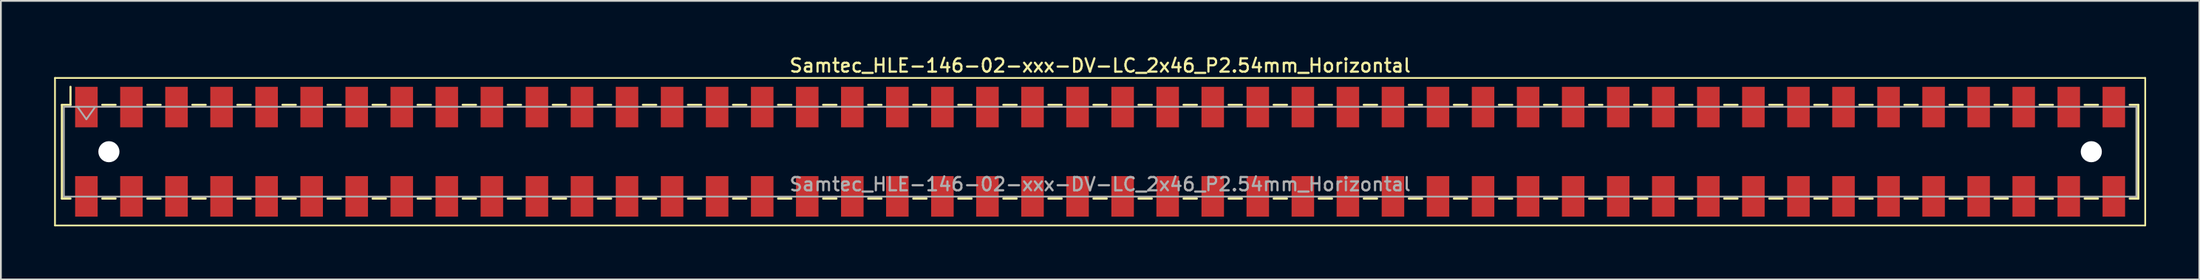
<source format=kicad_pcb>
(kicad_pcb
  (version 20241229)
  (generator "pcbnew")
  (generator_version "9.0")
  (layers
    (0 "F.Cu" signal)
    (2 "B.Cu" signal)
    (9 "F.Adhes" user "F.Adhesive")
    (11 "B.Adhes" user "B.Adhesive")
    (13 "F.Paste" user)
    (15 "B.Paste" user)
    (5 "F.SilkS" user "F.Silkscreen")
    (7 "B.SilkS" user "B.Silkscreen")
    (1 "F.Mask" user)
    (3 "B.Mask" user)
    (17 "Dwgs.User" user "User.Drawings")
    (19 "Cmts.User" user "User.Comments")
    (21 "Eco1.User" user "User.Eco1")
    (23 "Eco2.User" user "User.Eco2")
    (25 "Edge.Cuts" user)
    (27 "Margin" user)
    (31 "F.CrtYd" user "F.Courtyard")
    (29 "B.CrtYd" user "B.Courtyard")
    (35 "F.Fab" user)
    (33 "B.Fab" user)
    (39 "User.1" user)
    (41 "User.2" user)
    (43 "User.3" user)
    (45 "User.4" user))
  (footprint "Samtec_HLE-146-02-xxx-DV-LC_2x46_P2.54mm_Horizontal"
    (layer "F.Cu")
    (at 58.97 5.528)
    (property "Reference" "Samtec_HLE-146-02-xxx-DV-LC_2x46_P2.54mm_Horizontal" (at 0 -4.87 0) (layer "F.SilkS") (effects (font (size 0.75 0.75) (thickness 0.125))))
    (attr smd)
    (fp_line (start -58.92 -4.17) (end 58.92 -4.17) (stroke (width 0.1) (type solid)) (layer "F.SilkS"))
    (fp_line (start -58.92 4.17) (end -58.92 -4.17) (stroke (width 0.1) (type solid)) (layer "F.SilkS"))
    (fp_line (start -58.53 -2.65) (end -58.53 2.65) (stroke (width 0.12) (type solid)) (layer "F.SilkS"))
    (fp_line (start -58.53 2.65) (end -58.045 2.65) (stroke (width 0.12) (type solid)) (layer "F.SilkS"))
    (fp_line (start -58.045 -3.67) (end -58.045 -2.65) (stroke (width 0.12) (type solid)) (layer "F.SilkS"))
    (fp_line (start -58.045 -2.65) (end -58.53 -2.65) (stroke (width 0.12) (type solid)) (layer "F.SilkS"))
    (fp_line (start -56.255 -2.65) (end -55.505 -2.65) (stroke (width 0.12) (type solid)) (layer "F.SilkS"))
    (fp_line (start -56.255 2.65) (end -55.505 2.65) (stroke (width 0.12) (type solid)) (layer "F.SilkS"))
    (fp_line (start -53.715 -2.65) (end -52.965 -2.65) (stroke (width 0.12) (type solid)) (layer "F.SilkS"))
    (fp_line (start -53.715 2.65) (end -52.965 2.65) (stroke (width 0.12) (type solid)) (layer "F.SilkS"))
    (fp_line (start -51.175 -2.65) (end -50.425 -2.65) (stroke (width 0.12) (type solid)) (layer "F.SilkS"))
    (fp_line (start -51.175 2.65) (end -50.425 2.65) (stroke (width 0.12) (type solid)) (layer "F.SilkS"))
    (fp_line (start -48.635 -2.65) (end -47.885 -2.65) (stroke (width 0.12) (type solid)) (layer "F.SilkS"))
    (fp_line (start -48.635 2.65) (end -47.885 2.65) (stroke (width 0.12) (type solid)) (layer "F.SilkS"))
    (fp_line (start -46.095 -2.65) (end -45.345 -2.65) (stroke (width 0.12) (type solid)) (layer "F.SilkS"))
    (fp_line (start -46.095 2.65) (end -45.345 2.65) (stroke (width 0.12) (type solid)) (layer "F.SilkS"))
    (fp_line (start -43.555 -2.65) (end -42.805 -2.65) (stroke (width 0.12) (type solid)) (layer "F.SilkS"))
    (fp_line (start -43.555 2.65) (end -42.805 2.65) (stroke (width 0.12) (type solid)) (layer "F.SilkS"))
    (fp_line (start -41.015 -2.65) (end -40.265 -2.65) (stroke (width 0.12) (type solid)) (layer "F.SilkS"))
    (fp_line (start -41.015 2.65) (end -40.265 2.65) (stroke (width 0.12) (type solid)) (layer "F.SilkS"))
    (fp_line (start -38.475 -2.65) (end -37.725 -2.65) (stroke (width 0.12) (type solid)) (layer "F.SilkS"))
    (fp_line (start -38.475 2.65) (end -37.725 2.65) (stroke (width 0.12) (type solid)) (layer "F.SilkS"))
    (fp_line (start -35.935 -2.65) (end -35.185 -2.65) (stroke (width 0.12) (type solid)) (layer "F.SilkS"))
    (fp_line (start -35.935 2.65) (end -35.185 2.65) (stroke (width 0.12) (type solid)) (layer "F.SilkS"))
    (fp_line (start -33.395 -2.65) (end -32.645 -2.65) (stroke (width 0.12) (type solid)) (layer "F.SilkS"))
    (fp_line (start -33.395 2.65) (end -32.645 2.65) (stroke (width 0.12) (type solid)) (layer "F.SilkS"))
    (fp_line (start -30.855 -2.65) (end -30.105 -2.65) (stroke (width 0.12) (type solid)) (layer "F.SilkS"))
    (fp_line (start -30.855 2.65) (end -30.105 2.65) (stroke (width 0.12) (type solid)) (layer "F.SilkS"))
    (fp_line (start -28.315 -2.65) (end -27.565 -2.65) (stroke (width 0.12) (type solid)) (layer "F.SilkS"))
    (fp_line (start -28.315 2.65) (end -27.565 2.65) (stroke (width 0.12) (type solid)) (layer "F.SilkS"))
    (fp_line (start -25.775 -2.65) (end -25.025 -2.65) (stroke (width 0.12) (type solid)) (layer "F.SilkS"))
    (fp_line (start -25.775 2.65) (end -25.025 2.65) (stroke (width 0.12) (type solid)) (layer "F.SilkS"))
    (fp_line (start -23.235 -2.65) (end -22.485 -2.65) (stroke (width 0.12) (type solid)) (layer "F.SilkS"))
    (fp_line (start -23.235 2.65) (end -22.485 2.65) (stroke (width 0.12) (type solid)) (layer "F.SilkS"))
    (fp_line (start -20.695 -2.65) (end -19.945 -2.65) (stroke (width 0.12) (type solid)) (layer "F.SilkS"))
    (fp_line (start -20.695 2.65) (end -19.945 2.65) (stroke (width 0.12) (type solid)) (layer "F.SilkS"))
    (fp_line (start -18.155 -2.65) (end -17.405 -2.65) (stroke (width 0.12) (type solid)) (layer "F.SilkS"))
    (fp_line (start -18.155 2.65) (end -17.405 2.65) (stroke (width 0.12) (type solid)) (layer "F.SilkS"))
    (fp_line (start -15.615 -2.65) (end -14.865 -2.65) (stroke (width 0.12) (type solid)) (layer "F.SilkS"))
    (fp_line (start -15.615 2.65) (end -14.865 2.65) (stroke (width 0.12) (type solid)) (layer "F.SilkS"))
    (fp_line (start -13.075 -2.65) (end -12.325 -2.65) (stroke (width 0.12) (type solid)) (layer "F.SilkS"))
    (fp_line (start -13.075 2.65) (end -12.325 2.65) (stroke (width 0.12) (type solid)) (layer "F.SilkS"))
    (fp_line (start -10.535 -2.65) (end -9.785 -2.65) (stroke (width 0.12) (type solid)) (layer "F.SilkS"))
    (fp_line (start -10.535 2.65) (end -9.785 2.65) (stroke (width 0.12) (type solid)) (layer "F.SilkS"))
    (fp_line (start -7.995 -2.65) (end -7.245 -2.65) (stroke (width 0.12) (type solid)) (layer "F.SilkS"))
    (fp_line (start -7.995 2.65) (end -7.245 2.65) (stroke (width 0.12) (type solid)) (layer "F.SilkS"))
    (fp_line (start -5.455 -2.65) (end -4.705 -2.65) (stroke (width 0.12) (type solid)) (layer "F.SilkS"))
    (fp_line (start -5.455 2.65) (end -4.705 2.65) (stroke (width 0.12) (type solid)) (layer "F.SilkS"))
    (fp_line (start -2.915 -2.65) (end -2.165 -2.65) (stroke (width 0.12) (type solid)) (layer "F.SilkS"))
    (fp_line (start -2.915 2.65) (end -2.165 2.65) (stroke (width 0.12) (type solid)) (layer "F.SilkS"))
    (fp_line (start -0.375 -2.65) (end 0.375 -2.65) (stroke (width 0.12) (type solid)) (layer "F.SilkS"))
    (fp_line (start -0.375 2.65) (end 0.375 2.65) (stroke (width 0.12) (type solid)) (layer "F.SilkS"))
    (fp_line (start 2.165 -2.65) (end 2.915 -2.65) (stroke (width 0.12) (type solid)) (layer "F.SilkS"))
    (fp_line (start 2.165 2.65) (end 2.915 2.65) (stroke (width 0.12) (type solid)) (layer "F.SilkS"))
    (fp_line (start 4.705 -2.65) (end 5.455 -2.65) (stroke (width 0.12) (type solid)) (layer "F.SilkS"))
    (fp_line (start 4.705 2.65) (end 5.455 2.65) (stroke (width 0.12) (type solid)) (layer "F.SilkS"))
    (fp_line (start 7.245 -2.65) (end 7.995 -2.65) (stroke (width 0.12) (type solid)) (layer "F.SilkS"))
    (fp_line (start 7.245 2.65) (end 7.995 2.65) (stroke (width 0.12) (type solid)) (layer "F.SilkS"))
    (fp_line (start 9.785 -2.65) (end 10.535 -2.65) (stroke (width 0.12) (type solid)) (layer "F.SilkS"))
    (fp_line (start 9.785 2.65) (end 10.535 2.65) (stroke (width 0.12) (type solid)) (layer "F.SilkS"))
    (fp_line (start 12.325 -2.65) (end 13.075 -2.65) (stroke (width 0.12) (type solid)) (layer "F.SilkS"))
    (fp_line (start 12.325 2.65) (end 13.075 2.65) (stroke (width 0.12) (type solid)) (layer "F.SilkS"))
    (fp_line (start 14.865 -2.65) (end 15.615 -2.65) (stroke (width 0.12) (type solid)) (layer "F.SilkS"))
    (fp_line (start 14.865 2.65) (end 15.615 2.65) (stroke (width 0.12) (type solid)) (layer "F.SilkS"))
    (fp_line (start 17.405 -2.65) (end 18.155 -2.65) (stroke (width 0.12) (type solid)) (layer "F.SilkS"))
    (fp_line (start 17.405 2.65) (end 18.155 2.65) (stroke (width 0.12) (type solid)) (layer "F.SilkS"))
    (fp_line (start 19.945 -2.65) (end 20.695 -2.65) (stroke (width 0.12) (type solid)) (layer "F.SilkS"))
    (fp_line (start 19.945 2.65) (end 20.695 2.65) (stroke (width 0.12) (type solid)) (layer "F.SilkS"))
    (fp_line (start 22.485 -2.65) (end 23.235 -2.65) (stroke (width 0.12) (type solid)) (layer "F.SilkS"))
    (fp_line (start 22.485 2.65) (end 23.235 2.65) (stroke (width 0.12) (type solid)) (layer "F.SilkS"))
    (fp_line (start 25.025 -2.65) (end 25.775 -2.65) (stroke (width 0.12) (type solid)) (layer "F.SilkS"))
    (fp_line (start 25.025 2.65) (end 25.775 2.65) (stroke (width 0.12) (type solid)) (layer "F.SilkS"))
    (fp_line (start 27.565 -2.65) (end 28.315 -2.65) (stroke (width 0.12) (type solid)) (layer "F.SilkS"))
    (fp_line (start 27.565 2.65) (end 28.315 2.65) (stroke (width 0.12) (type solid)) (layer "F.SilkS"))
    (fp_line (start 30.105 -2.65) (end 30.855 -2.65) (stroke (width 0.12) (type solid)) (layer "F.SilkS"))
    (fp_line (start 30.105 2.65) (end 30.855 2.65) (stroke (width 0.12) (type solid)) (layer "F.SilkS"))
    (fp_line (start 32.645 -2.65) (end 33.395 -2.65) (stroke (width 0.12) (type solid)) (layer "F.SilkS"))
    (fp_line (start 32.645 2.65) (end 33.395 2.65) (stroke (width 0.12) (type solid)) (layer "F.SilkS"))
    (fp_line (start 35.185 -2.65) (end 35.935 -2.65) (stroke (width 0.12) (type solid)) (layer "F.SilkS"))
    (fp_line (start 35.185 2.65) (end 35.935 2.65) (stroke (width 0.12) (type solid)) (layer "F.SilkS"))
    (fp_line (start 37.725 -2.65) (end 38.475 -2.65) (stroke (width 0.12) (type solid)) (layer "F.SilkS"))
    (fp_line (start 37.725 2.65) (end 38.475 2.65) (stroke (width 0.12) (type solid)) (layer "F.SilkS"))
    (fp_line (start 40.265 -2.65) (end 41.015 -2.65) (stroke (width 0.12) (type solid)) (layer "F.SilkS"))
    (fp_line (start 40.265 2.65) (end 41.015 2.65) (stroke (width 0.12) (type solid)) (layer "F.SilkS"))
    (fp_line (start 42.805 -2.65) (end 43.555 -2.65) (stroke (width 0.12) (type solid)) (layer "F.SilkS"))
    (fp_line (start 42.805 2.65) (end 43.555 2.65) (stroke (width 0.12) (type solid)) (layer "F.SilkS"))
    (fp_line (start 45.345 -2.65) (end 46.095 -2.65) (stroke (width 0.12) (type solid)) (layer "F.SilkS"))
    (fp_line (start 45.345 2.65) (end 46.095 2.65) (stroke (width 0.12) (type solid)) (layer "F.SilkS"))
    (fp_line (start 47.885 -2.65) (end 48.635 -2.65) (stroke (width 0.12) (type solid)) (layer "F.SilkS"))
    (fp_line (start 47.885 2.65) (end 48.635 2.65) (stroke (width 0.12) (type solid)) (layer "F.SilkS"))
    (fp_line (start 50.425 -2.65) (end 51.175 -2.65) (stroke (width 0.12) (type solid)) (layer "F.SilkS"))
    (fp_line (start 50.425 2.65) (end 51.175 2.65) (stroke (width 0.12) (type solid)) (layer "F.SilkS"))
    (fp_line (start 52.965 -2.65) (end 53.715 -2.65) (stroke (width 0.12) (type solid)) (layer "F.SilkS"))
    (fp_line (start 52.965 2.65) (end 53.715 2.65) (stroke (width 0.12) (type solid)) (layer "F.SilkS"))
    (fp_line (start 55.505 -2.65) (end 56.255 -2.65) (stroke (width 0.12) (type solid)) (layer "F.SilkS"))
    (fp_line (start 55.505 2.65) (end 56.255 2.65) (stroke (width 0.12) (type solid)) (layer "F.SilkS"))
    (fp_line (start 58.045 -2.65) (end 58.53 -2.65) (stroke (width 0.12) (type solid)) (layer "F.SilkS"))
    (fp_line (start 58.53 -2.65) (end 58.53 2.65) (stroke (width 0.12) (type solid)) (layer "F.SilkS"))
    (fp_line (start 58.53 2.65) (end 58.045 2.65) (stroke (width 0.12) (type solid)) (layer "F.SilkS"))
    (fp_line (start 58.92 -4.17) (end 58.92 4.17) (stroke (width 0.1) (type solid)) (layer "F.SilkS"))
    (fp_line (start 58.92 4.17) (end -58.92 4.17) (stroke (width 0.1) (type solid)) (layer "F.SilkS"))
    (fp_line (start -58.42 -2.54) (end 58.42 -2.54) (stroke (width 0.1) (type solid)) (layer "F.Fab"))
    (fp_line (start -58.42 2.54) (end -58.42 -2.54) (stroke (width 0.1) (type solid)) (layer "F.Fab"))
    (fp_line (start -57.65 -2.54) (end -57.15 -1.833) (stroke (width 0.1) (type solid)) (layer "F.Fab"))
    (fp_line (start -57.15 -1.833) (end -56.65 -2.54) (stroke (width 0.1) (type solid)) (layer "F.Fab"))
    (fp_line (start 58.42 -2.54) (end 58.42 2.54) (stroke (width 0.1) (type solid)) (layer "F.Fab"))
    (fp_line (start 58.42 2.54) (end -58.42 2.54) (stroke (width 0.1) (type solid)) (layer "F.Fab"))
    (fp_text user "${REFERENCE}" (at 0 1.84 0) (layer "F.Fab") (effects (font (size 0.75 0.75) (thickness 0.125))))
    (pad "" np_thru_hole circle (at -55.88 0) (size 1.19 1.19) (drill 1.19) (layers "*.Cu" "*.Mask"))
    (pad "" np_thru_hole circle (at 55.88 0) (size 1.19 1.19) (drill 1.19) (layers "*.Cu" "*.Mask"))
    (pad "1" smd rect (at -57.15 -2.525) (size 1.27 2.29) (layers "F.Cu" "F.Mask" "F.Paste"))
    (pad "2" smd rect (at -57.15 2.525) (size 1.27 2.29) (layers "F.Cu" "F.Mask" "F.Paste"))
    (pad "3" smd rect (at -54.61 -2.525) (size 1.27 2.29) (layers "F.Cu" "F.Mask" "F.Paste"))
    (pad "4" smd rect (at -54.61 2.525) (size 1.27 2.29) (layers "F.Cu" "F.Mask" "F.Paste"))
    (pad "5" smd rect (at -52.07 -2.525) (size 1.27 2.29) (layers "F.Cu" "F.Mask" "F.Paste"))
    (pad "6" smd rect (at -52.07 2.525) (size 1.27 2.29) (layers "F.Cu" "F.Mask" "F.Paste"))
    (pad "7" smd rect (at -49.53 -2.525) (size 1.27 2.29) (layers "F.Cu" "F.Mask" "F.Paste"))
    (pad "8" smd rect (at -49.53 2.525) (size 1.27 2.29) (layers "F.Cu" "F.Mask" "F.Paste"))
    (pad "9" smd rect (at -46.99 -2.525) (size 1.27 2.29) (layers "F.Cu" "F.Mask" "F.Paste"))
    (pad "10" smd rect (at -46.99 2.525) (size 1.27 2.29) (layers "F.Cu" "F.Mask" "F.Paste"))
    (pad "11" smd rect (at -44.45 -2.525) (size 1.27 2.29) (layers "F.Cu" "F.Mask" "F.Paste"))
    (pad "12" smd rect (at -44.45 2.525) (size 1.27 2.29) (layers "F.Cu" "F.Mask" "F.Paste"))
    (pad "13" smd rect (at -41.91 -2.525) (size 1.27 2.29) (layers "F.Cu" "F.Mask" "F.Paste"))
    (pad "14" smd rect (at -41.91 2.525) (size 1.27 2.29) (layers "F.Cu" "F.Mask" "F.Paste"))
    (pad "15" smd rect (at -39.37 -2.525) (size 1.27 2.29) (layers "F.Cu" "F.Mask" "F.Paste"))
    (pad "16" smd rect (at -39.37 2.525) (size 1.27 2.29) (layers "F.Cu" "F.Mask" "F.Paste"))
    (pad "17" smd rect (at -36.83 -2.525) (size 1.27 2.29) (layers "F.Cu" "F.Mask" "F.Paste"))
    (pad "18" smd rect (at -36.83 2.525) (size 1.27 2.29) (layers "F.Cu" "F.Mask" "F.Paste"))
    (pad "19" smd rect (at -34.29 -2.525) (size 1.27 2.29) (layers "F.Cu" "F.Mask" "F.Paste"))
    (pad "20" smd rect (at -34.29 2.525) (size 1.27 2.29) (layers "F.Cu" "F.Mask" "F.Paste"))
    (pad "21" smd rect (at -31.75 -2.525) (size 1.27 2.29) (layers "F.Cu" "F.Mask" "F.Paste"))
    (pad "22" smd rect (at -31.75 2.525) (size 1.27 2.29) (layers "F.Cu" "F.Mask" "F.Paste"))
    (pad "23" smd rect (at -29.21 -2.525) (size 1.27 2.29) (layers "F.Cu" "F.Mask" "F.Paste"))
    (pad "24" smd rect (at -29.21 2.525) (size 1.27 2.29) (layers "F.Cu" "F.Mask" "F.Paste"))
    (pad "25" smd rect (at -26.67 -2.525) (size 1.27 2.29) (layers "F.Cu" "F.Mask" "F.Paste"))
    (pad "26" smd rect (at -26.67 2.525) (size 1.27 2.29) (layers "F.Cu" "F.Mask" "F.Paste"))
    (pad "27" smd rect (at -24.13 -2.525) (size 1.27 2.29) (layers "F.Cu" "F.Mask" "F.Paste"))
    (pad "28" smd rect (at -24.13 2.525) (size 1.27 2.29) (layers "F.Cu" "F.Mask" "F.Paste"))
    (pad "29" smd rect (at -21.59 -2.525) (size 1.27 2.29) (layers "F.Cu" "F.Mask" "F.Paste"))
    (pad "30" smd rect (at -21.59 2.525) (size 1.27 2.29) (layers "F.Cu" "F.Mask" "F.Paste"))
    (pad "31" smd rect (at -19.05 -2.525) (size 1.27 2.29) (layers "F.Cu" "F.Mask" "F.Paste"))
    (pad "32" smd rect (at -19.05 2.525) (size 1.27 2.29) (layers "F.Cu" "F.Mask" "F.Paste"))
    (pad "33" smd rect (at -16.51 -2.525) (size 1.27 2.29) (layers "F.Cu" "F.Mask" "F.Paste"))
    (pad "34" smd rect (at -16.51 2.525) (size 1.27 2.29) (layers "F.Cu" "F.Mask" "F.Paste"))
    (pad "35" smd rect (at -13.97 -2.525) (size 1.27 2.29) (layers "F.Cu" "F.Mask" "F.Paste"))
    (pad "36" smd rect (at -13.97 2.525) (size 1.27 2.29) (layers "F.Cu" "F.Mask" "F.Paste"))
    (pad "37" smd rect (at -11.43 -2.525) (size 1.27 2.29) (layers "F.Cu" "F.Mask" "F.Paste"))
    (pad "38" smd rect (at -11.43 2.525) (size 1.27 2.29) (layers "F.Cu" "F.Mask" "F.Paste"))
    (pad "39" smd rect (at -8.89 -2.525) (size 1.27 2.29) (layers "F.Cu" "F.Mask" "F.Paste"))
    (pad "40" smd rect (at -8.89 2.525) (size 1.27 2.29) (layers "F.Cu" "F.Mask" "F.Paste"))
    (pad "41" smd rect (at -6.35 -2.525) (size 1.27 2.29) (layers "F.Cu" "F.Mask" "F.Paste"))
    (pad "42" smd rect (at -6.35 2.525) (size 1.27 2.29) (layers "F.Cu" "F.Mask" "F.Paste"))
    (pad "43" smd rect (at -3.81 -2.525) (size 1.27 2.29) (layers "F.Cu" "F.Mask" "F.Paste"))
    (pad "44" smd rect (at -3.81 2.525) (size 1.27 2.29) (layers "F.Cu" "F.Mask" "F.Paste"))
    (pad "45" smd rect (at -1.27 -2.525) (size 1.27 2.29) (layers "F.Cu" "F.Mask" "F.Paste"))
    (pad "46" smd rect (at -1.27 2.525) (size 1.27 2.29) (layers "F.Cu" "F.Mask" "F.Paste"))
    (pad "47" smd rect (at 1.27 -2.525) (size 1.27 2.29) (layers "F.Cu" "F.Mask" "F.Paste"))
    (pad "48" smd rect (at 1.27 2.525) (size 1.27 2.29) (layers "F.Cu" "F.Mask" "F.Paste"))
    (pad "49" smd rect (at 3.81 -2.525) (size 1.27 2.29) (layers "F.Cu" "F.Mask" "F.Paste"))
    (pad "50" smd rect (at 3.81 2.525) (size 1.27 2.29) (layers "F.Cu" "F.Mask" "F.Paste"))
    (pad "51" smd rect (at 6.35 -2.525) (size 1.27 2.29) (layers "F.Cu" "F.Mask" "F.Paste"))
    (pad "52" smd rect (at 6.35 2.525) (size 1.27 2.29) (layers "F.Cu" "F.Mask" "F.Paste"))
    (pad "53" smd rect (at 8.89 -2.525) (size 1.27 2.29) (layers "F.Cu" "F.Mask" "F.Paste"))
    (pad "54" smd rect (at 8.89 2.525) (size 1.27 2.29) (layers "F.Cu" "F.Mask" "F.Paste"))
    (pad "55" smd rect (at 11.43 -2.525) (size 1.27 2.29) (layers "F.Cu" "F.Mask" "F.Paste"))
    (pad "56" smd rect (at 11.43 2.525) (size 1.27 2.29) (layers "F.Cu" "F.Mask" "F.Paste"))
    (pad "57" smd rect (at 13.97 -2.525) (size 1.27 2.29) (layers "F.Cu" "F.Mask" "F.Paste"))
    (pad "58" smd rect (at 13.97 2.525) (size 1.27 2.29) (layers "F.Cu" "F.Mask" "F.Paste"))
    (pad "59" smd rect (at 16.51 -2.525) (size 1.27 2.29) (layers "F.Cu" "F.Mask" "F.Paste"))
    (pad "60" smd rect (at 16.51 2.525) (size 1.27 2.29) (layers "F.Cu" "F.Mask" "F.Paste"))
    (pad "61" smd rect (at 19.05 -2.525) (size 1.27 2.29) (layers "F.Cu" "F.Mask" "F.Paste"))
    (pad "62" smd rect (at 19.05 2.525) (size 1.27 2.29) (layers "F.Cu" "F.Mask" "F.Paste"))
    (pad "63" smd rect (at 21.59 -2.525) (size 1.27 2.29) (layers "F.Cu" "F.Mask" "F.Paste"))
    (pad "64" smd rect (at 21.59 2.525) (size 1.27 2.29) (layers "F.Cu" "F.Mask" "F.Paste"))
    (pad "65" smd rect (at 24.13 -2.525) (size 1.27 2.29) (layers "F.Cu" "F.Mask" "F.Paste"))
    (pad "66" smd rect (at 24.13 2.525) (size 1.27 2.29) (layers "F.Cu" "F.Mask" "F.Paste"))
    (pad "67" smd rect (at 26.67 -2.525) (size 1.27 2.29) (layers "F.Cu" "F.Mask" "F.Paste"))
    (pad "68" smd rect (at 26.67 2.525) (size 1.27 2.29) (layers "F.Cu" "F.Mask" "F.Paste"))
    (pad "69" smd rect (at 29.21 -2.525) (size 1.27 2.29) (layers "F.Cu" "F.Mask" "F.Paste"))
    (pad "70" smd rect (at 29.21 2.525) (size 1.27 2.29) (layers "F.Cu" "F.Mask" "F.Paste"))
    (pad "71" smd rect (at 31.75 -2.525) (size 1.27 2.29) (layers "F.Cu" "F.Mask" "F.Paste"))
    (pad "72" smd rect (at 31.75 2.525) (size 1.27 2.29) (layers "F.Cu" "F.Mask" "F.Paste"))
    (pad "73" smd rect (at 34.29 -2.525) (size 1.27 2.29) (layers "F.Cu" "F.Mask" "F.Paste"))
    (pad "74" smd rect (at 34.29 2.525) (size 1.27 2.29) (layers "F.Cu" "F.Mask" "F.Paste"))
    (pad "75" smd rect (at 36.83 -2.525) (size 1.27 2.29) (layers "F.Cu" "F.Mask" "F.Paste"))
    (pad "76" smd rect (at 36.83 2.525) (size 1.27 2.29) (layers "F.Cu" "F.Mask" "F.Paste"))
    (pad "77" smd rect (at 39.37 -2.525) (size 1.27 2.29) (layers "F.Cu" "F.Mask" "F.Paste"))
    (pad "78" smd rect (at 39.37 2.525) (size 1.27 2.29) (layers "F.Cu" "F.Mask" "F.Paste"))
    (pad "79" smd rect (at 41.91 -2.525) (size 1.27 2.29) (layers "F.Cu" "F.Mask" "F.Paste"))
    (pad "80" smd rect (at 41.91 2.525) (size 1.27 2.29) (layers "F.Cu" "F.Mask" "F.Paste"))
    (pad "81" smd rect (at 44.45 -2.525) (size 1.27 2.29) (layers "F.Cu" "F.Mask" "F.Paste"))
    (pad "82" smd rect (at 44.45 2.525) (size 1.27 2.29) (layers "F.Cu" "F.Mask" "F.Paste"))
    (pad "83" smd rect (at 46.99 -2.525) (size 1.27 2.29) (layers "F.Cu" "F.Mask" "F.Paste"))
    (pad "84" smd rect (at 46.99 2.525) (size 1.27 2.29) (layers "F.Cu" "F.Mask" "F.Paste"))
    (pad "85" smd rect (at 49.53 -2.525) (size 1.27 2.29) (layers "F.Cu" "F.Mask" "F.Paste"))
    (pad "86" smd rect (at 49.53 2.525) (size 1.27 2.29) (layers "F.Cu" "F.Mask" "F.Paste"))
    (pad "87" smd rect (at 52.07 -2.525) (size 1.27 2.29) (layers "F.Cu" "F.Mask" "F.Paste"))
    (pad "88" smd rect (at 52.07 2.525) (size 1.27 2.29) (layers "F.Cu" "F.Mask" "F.Paste"))
    (pad "89" smd rect (at 54.61 -2.525) (size 1.27 2.29) (layers "F.Cu" "F.Mask" "F.Paste"))
    (pad "90" smd rect (at 54.61 2.525) (size 1.27 2.29) (layers "F.Cu" "F.Mask" "F.Paste"))
    (pad "91" smd rect (at 57.15 -2.525) (size 1.27 2.29) (layers "F.Cu" "F.Mask" "F.Paste"))
    (pad "92" smd rect (at 57.15 2.525) (size 1.27 2.29) (layers "F.Cu" "F.Mask" "F.Paste")))
  (gr_rect
    (start -3 -3)
    (end 120.94 12.748)
    (stroke (width 0.1) (type default))
    (fill no)
    (layer "Edge.Cuts")))
</source>
